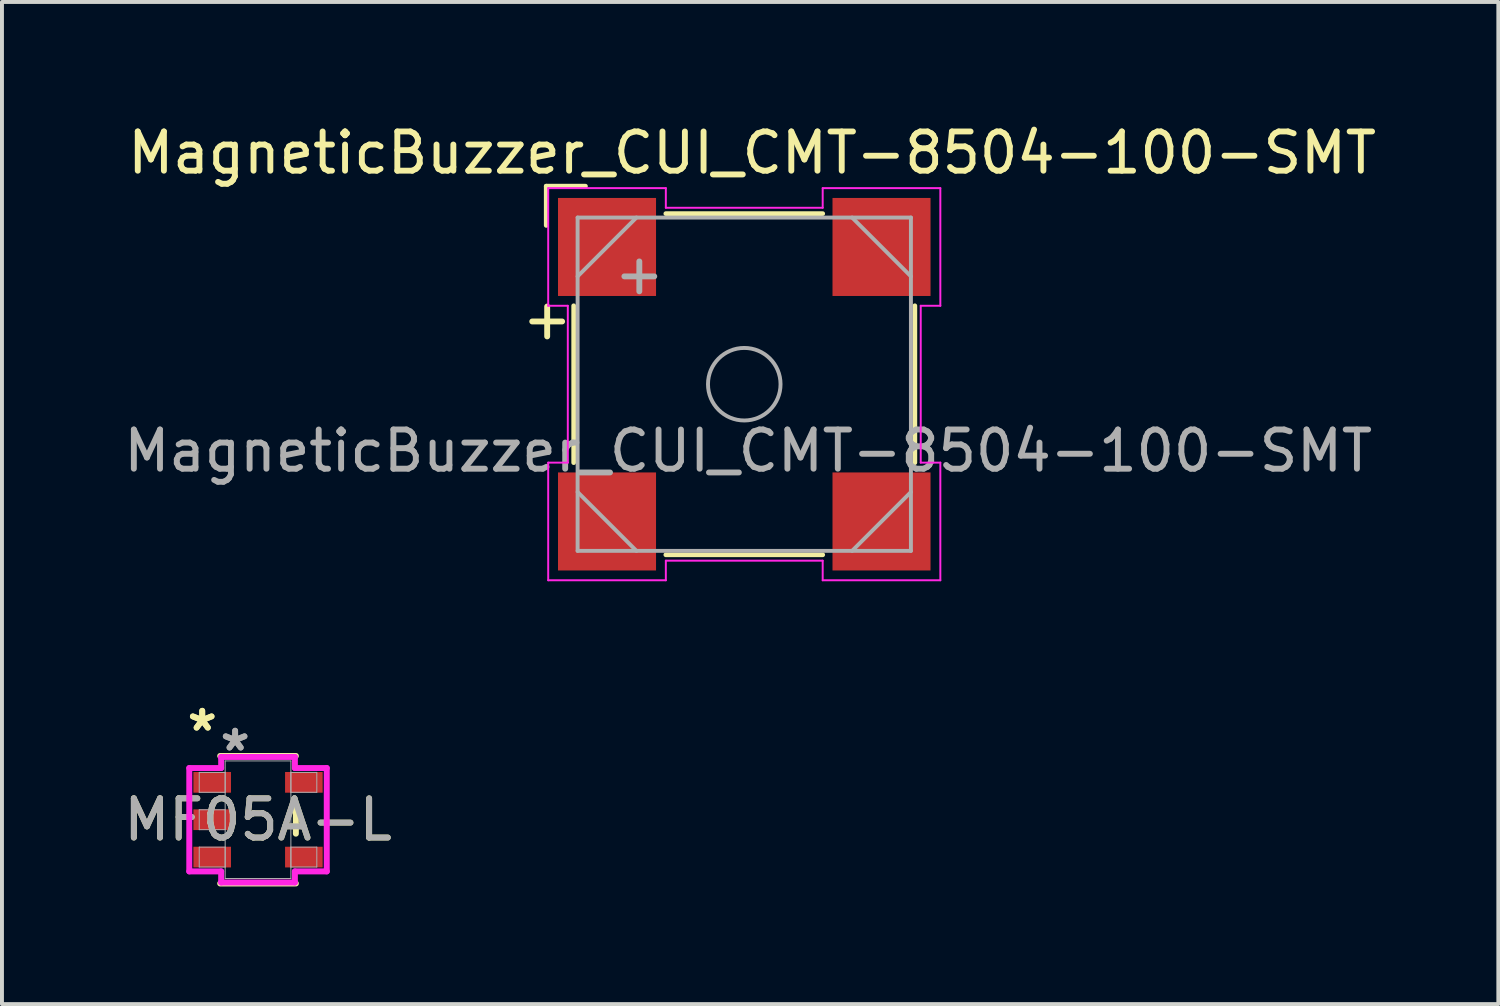
<source format=kicad_pcb>
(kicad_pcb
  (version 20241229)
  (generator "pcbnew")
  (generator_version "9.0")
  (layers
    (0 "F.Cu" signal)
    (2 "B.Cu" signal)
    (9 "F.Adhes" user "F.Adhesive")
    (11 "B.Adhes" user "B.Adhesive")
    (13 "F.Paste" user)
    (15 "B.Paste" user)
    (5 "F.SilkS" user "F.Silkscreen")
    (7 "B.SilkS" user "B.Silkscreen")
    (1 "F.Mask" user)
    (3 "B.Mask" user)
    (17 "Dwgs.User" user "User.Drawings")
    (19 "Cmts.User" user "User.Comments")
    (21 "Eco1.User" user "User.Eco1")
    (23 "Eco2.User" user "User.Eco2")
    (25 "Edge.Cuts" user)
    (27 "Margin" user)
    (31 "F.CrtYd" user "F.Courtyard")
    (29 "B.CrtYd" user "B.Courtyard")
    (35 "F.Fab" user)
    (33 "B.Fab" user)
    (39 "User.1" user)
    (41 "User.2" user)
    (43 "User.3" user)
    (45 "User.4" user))
  (footprint "MF05A-L"
    (layer "F.Cu")
    (at 3.53 17.854)
    (property "Reference" "MF05A-L" (at 0 0 0) (unlocked yes) (layer "F.SilkS") (effects (font (size 1 1) (thickness 0.15))))
    (attr smd)
    (fp_line (start -0.965 1.626) (end 0.965 1.626) (stroke (width 0.152) (type solid)) (layer "F.SilkS"))
    (fp_line (start 0.965 -1.626) (end -0.965 -1.626) (stroke (width 0.152) (type solid)) (layer "F.SilkS"))
    (fp_line (start 0.965 0.356) (end 0.965 -0.356) (stroke (width 0.152) (type solid)) (layer "F.SilkS"))
    (fp_line (start -1.753 -1.318) (end -0.94 -1.318) (stroke (width 0.152) (type solid)) (layer "F.CrtYd"))
    (fp_line (start -1.753 1.318) (end -1.753 -1.318) (stroke (width 0.152) (type solid)) (layer "F.CrtYd"))
    (fp_line (start -0.94 -1.6) (end 0.94 -1.6) (stroke (width 0.152) (type solid)) (layer "F.CrtYd"))
    (fp_line (start -0.94 -1.318) (end -0.94 -1.6) (stroke (width 0.152) (type solid)) (layer "F.CrtYd"))
    (fp_line (start -0.94 1.318) (end -1.753 1.318) (stroke (width 0.152) (type solid)) (layer "F.CrtYd"))
    (fp_line (start -0.94 1.6) (end -0.94 1.318) (stroke (width 0.152) (type solid)) (layer "F.CrtYd"))
    (fp_line (start 0.94 -1.6) (end 0.94 -1.318) (stroke (width 0.152) (type solid)) (layer "F.CrtYd"))
    (fp_line (start 0.94 -1.318) (end 1.753 -1.318) (stroke (width 0.152) (type solid)) (layer "F.CrtYd"))
    (fp_line (start 0.94 1.318) (end 0.94 1.6) (stroke (width 0.152) (type solid)) (layer "F.CrtYd"))
    (fp_line (start 0.94 1.6) (end -0.94 1.6) (stroke (width 0.152) (type solid)) (layer "F.CrtYd"))
    (fp_line (start 1.753 -1.318) (end 1.753 1.318) (stroke (width 0.152) (type solid)) (layer "F.CrtYd"))
    (fp_line (start 1.753 1.318) (end 0.94 1.318) (stroke (width 0.152) (type solid)) (layer "F.CrtYd"))
    (fp_line (start -1.499 -1.206) (end -1.499 -0.699) (stroke (width 0.025) (type solid)) (layer "F.Fab"))
    (fp_line (start -1.499 -0.699) (end -0.838 -0.699) (stroke (width 0.025) (type solid)) (layer "F.Fab"))
    (fp_line (start -1.499 -0.254) (end -1.499 0.254) (stroke (width 0.025) (type solid)) (layer "F.Fab"))
    (fp_line (start -1.499 0.254) (end -0.838 0.254) (stroke (width 0.025) (type solid)) (layer "F.Fab"))
    (fp_line (start -1.499 0.699) (end -1.499 1.206) (stroke (width 0.025) (type solid)) (layer "F.Fab"))
    (fp_line (start -1.499 1.206) (end -0.838 1.206) (stroke (width 0.025) (type solid)) (layer "F.Fab"))
    (fp_line (start -0.838 -1.499) (end -0.838 1.499) (stroke (width 0.025) (type solid)) (layer "F.Fab"))
    (fp_line (start -0.838 -1.206) (end -1.499 -1.206) (stroke (width 0.025) (type solid)) (layer "F.Fab"))
    (fp_line (start -0.838 -0.699) (end -0.838 -1.206) (stroke (width 0.025) (type solid)) (layer "F.Fab"))
    (fp_line (start -0.838 -0.254) (end -1.499 -0.254) (stroke (width 0.025) (type solid)) (layer "F.Fab"))
    (fp_line (start -0.838 0.254) (end -0.838 -0.254) (stroke (width 0.025) (type solid)) (layer "F.Fab"))
    (fp_line (start -0.838 0.699) (end -1.499 0.699) (stroke (width 0.025) (type solid)) (layer "F.Fab"))
    (fp_line (start -0.838 1.206) (end -0.838 0.699) (stroke (width 0.025) (type solid)) (layer "F.Fab"))
    (fp_line (start -0.838 1.499) (end 0.838 1.499) (stroke (width 0.025) (type solid)) (layer "F.Fab"))
    (fp_line (start 0.838 -1.499) (end -0.838 -1.499) (stroke (width 0.025) (type solid)) (layer "F.Fab"))
    (fp_line (start 0.838 -1.206) (end 0.838 -0.699) (stroke (width 0.025) (type solid)) (layer "F.Fab"))
    (fp_line (start 0.838 -0.699) (end 1.499 -0.699) (stroke (width 0.025) (type solid)) (layer "F.Fab"))
    (fp_line (start 0.838 0.699) (end 0.838 1.206) (stroke (width 0.025) (type solid)) (layer "F.Fab"))
    (fp_line (start 0.838 1.206) (end 1.499 1.206) (stroke (width 0.025) (type solid)) (layer "F.Fab"))
    (fp_line (start 0.838 1.499) (end 0.838 -1.499) (stroke (width 0.025) (type solid)) (layer "F.Fab"))
    (fp_line (start 1.499 -1.206) (end 0.838 -1.206) (stroke (width 0.025) (type solid)) (layer "F.Fab"))
    (fp_line (start 1.499 -0.699) (end 1.499 -1.206) (stroke (width 0.025) (type solid)) (layer "F.Fab"))
    (fp_line (start 1.499 0.699) (end 0.838 0.699) (stroke (width 0.025) (type solid)) (layer "F.Fab"))
    (fp_line (start 1.499 1.206) (end 1.499 0.699) (stroke (width 0.025) (type solid)) (layer "F.Fab"))
    (fp_text user "*" (at -1.423 -2.232 0) (layer "F.SilkS") (effects (font (size 1 1) (thickness 0.15))))
    (fp_text user "*" (at -1.423 -2.232 0) (unlocked yes) (layer "F.SilkS") (effects (font (size 1 1) (thickness 0.15))))
    (fp_text user "${REFERENCE}" (at 0 0 0) (unlocked yes) (layer "F.Fab") (effects (font (size 1 1) (thickness 0.15))))
    (fp_text user "*" (at -0.584 -1.724 0) (unlocked yes) (layer "F.Fab") (effects (font (size 1 1) (thickness 0.15))))
    (fp_text user "*" (at -0.584 -1.724 0) (layer "F.Fab") (effects (font (size 1 1) (thickness 0.15))))
    (pad "1" smd rect (at -1.169 -0.953) (size 0.959 0.528) (layers "F.Cu" "F.Mask" "F.Paste"))
    (pad "2" smd rect (at -1.169 0) (size 0.959 0.528) (layers "F.Cu" "F.Mask" "F.Paste"))
    (pad "3" smd rect (at -1.169 0.953) (size 0.959 0.528) (layers "F.Cu" "F.Mask" "F.Paste"))
    (pad "4" smd rect (at 1.169 0.953) (size 0.959 0.528) (layers "F.Cu" "F.Mask" "F.Paste"))
    (pad "5" smd rect (at 1.169 -0.953) (size 0.959 0.528) (layers "F.Cu" "F.Mask" "F.Paste")))
  (footprint "MagneticBuzzer_CUI_CMT-8504-100-SMT"
    (layer "F.Cu")
    (at 15.93 6.748)
    (property "Reference" "MagneticBuzzer_CUI_CMT-8504-100-SMT" (at 0.2 -5.9 0) (layer "F.SilkS") (effects (font (size 1 1) (thickness 0.15))))
    (attr smd)
    (fp_line (start -5.05 -5.05) (end -4.05 -5.05) (stroke (width 0.12) (type solid)) (layer "F.SilkS"))
    (fp_line (start -5.05 -4.05) (end -5.05 -5.05) (stroke (width 0.12) (type solid)) (layer "F.SilkS"))
    (fp_line (start -4.35 -2) (end -4.35 2) (stroke (width 0.12) (type solid)) (layer "F.SilkS"))
    (fp_line (start -2 4.35) (end 2 4.35) (stroke (width 0.12) (type solid)) (layer "F.SilkS"))
    (fp_line (start 2 -4.35) (end -2 -4.35) (stroke (width 0.12) (type solid)) (layer "F.SilkS"))
    (fp_line (start 4.35 2) (end 4.35 -2) (stroke (width 0.12) (type solid)) (layer "F.SilkS"))
    (fp_line (start -5 -5) (end -2 -5) (stroke (width 0.05) (type solid)) (layer "F.CrtYd"))
    (fp_line (start -5 -2) (end -5 -5) (stroke (width 0.05) (type solid)) (layer "F.CrtYd"))
    (fp_line (start -5 -2) (end -4.5 -2) (stroke (width 0.05) (type solid)) (layer "F.CrtYd"))
    (fp_line (start -5 2) (end -5 5) (stroke (width 0.05) (type solid)) (layer "F.CrtYd"))
    (fp_line (start -4.5 -2) (end -4.5 2) (stroke (width 0.05) (type solid)) (layer "F.CrtYd"))
    (fp_line (start -4.5 2) (end -5 2) (stroke (width 0.05) (type solid)) (layer "F.CrtYd"))
    (fp_line (start -2 -5) (end -2 -4.5) (stroke (width 0.05) (type solid)) (layer "F.CrtYd"))
    (fp_line (start -2 -4.5) (end 2 -4.5) (stroke (width 0.05) (type solid)) (layer "F.CrtYd"))
    (fp_line (start -2 4.5) (end -2 5) (stroke (width 0.05) (type solid)) (layer "F.CrtYd"))
    (fp_line (start -2 5) (end -5 5) (stroke (width 0.05) (type solid)) (layer "F.CrtYd"))
    (fp_line (start 2 -5) (end 5 -5) (stroke (width 0.05) (type solid)) (layer "F.CrtYd"))
    (fp_line (start 2 -4.5) (end 2 -5) (stroke (width 0.05) (type solid)) (layer "F.CrtYd"))
    (fp_line (start 2 4.5) (end -2 4.5) (stroke (width 0.05) (type solid)) (layer "F.CrtYd"))
    (fp_line (start 2 5) (end 2 4.5) (stroke (width 0.05) (type solid)) (layer "F.CrtYd"))
    (fp_line (start 4.5 -2) (end 4.5 2) (stroke (width 0.05) (type solid)) (layer "F.CrtYd"))
    (fp_line (start 4.5 2) (end 5 2) (stroke (width 0.05) (type solid)) (layer "F.CrtYd"))
    (fp_line (start 5 -2) (end 4.5 -2) (stroke (width 0.05) (type solid)) (layer "F.CrtYd"))
    (fp_line (start 5 -2) (end 5 -5) (stroke (width 0.05) (type solid)) (layer "F.CrtYd"))
    (fp_line (start 5 2) (end 5 5) (stroke (width 0.05) (type solid)) (layer "F.CrtYd"))
    (fp_line (start 5 5) (end 2 5) (stroke (width 0.05) (type solid)) (layer "F.CrtYd"))
    (fp_line (start -4.25 -4.25) (end 4.25 -4.25) (stroke (width 0.1) (type solid)) (layer "F.Fab"))
    (fp_line (start -4.25 -2.75) (end -2.75 -4.25) (stroke (width 0.1) (type solid)) (layer "F.Fab"))
    (fp_line (start -4.25 4.25) (end -4.25 -4.25) (stroke (width 0.1) (type solid)) (layer "F.Fab"))
    (fp_line (start -2.75 4.25) (end -4.25 2.75) (stroke (width 0.1) (type solid)) (layer "F.Fab"))
    (fp_line (start 2.75 -4.25) (end 4.25 -2.75) (stroke (width 0.1) (type solid)) (layer "F.Fab"))
    (fp_line (start 4.25 -4.25) (end 4.25 4.25) (stroke (width 0.1) (type solid)) (layer "F.Fab"))
    (fp_line (start 4.25 2.75) (end 2.75 4.25) (stroke (width 0.1) (type solid)) (layer "F.Fab"))
    (fp_line (start 4.25 4.25) (end -4.25 4.25) (stroke (width 0.1) (type solid)) (layer "F.Fab"))
    (fp_circle (center 0 0) (end 0.925 0) (stroke (width 0.1) (type solid)) (fill no) (layer "F.Fab"))
    (fp_text user "+" (at -5.1 -1.6 270) (layer "F.SilkS") (effects (font (size 1 1) (thickness 0.15))))
    (fp_text user "${REFERENCE}" (at 0.1 1.7 0) (layer "F.Fab") (effects (font (size 1 1) (thickness 0.15))))
    (fp_text user "+" (at -2.75 -2.75 270) (layer "F.Fab") (effects (font (size 1 1) (thickness 0.15))))
    (pad "" smd rect (at 3.5 -3.5 270) (size 2.5 2.5) (layers "F.Cu" "F.Mask" "F.Paste"))
    (pad "" smd rect (at 3.5 3.5 270) (size 2.5 2.5) (layers "F.Cu" "F.Mask" "F.Paste"))
    (pad "1" smd rect (at -3.5 -3.5 270) (size 2.5 2.5) (layers "F.Cu" "F.Mask" "F.Paste"))
    (pad "2" smd rect (at -3.5 3.5 270) (size 2.5 2.5) (layers "F.Cu" "F.Mask" "F.Paste")))
  (gr_rect
    (start -3 -3)
    (end 35.16 22.556)
    (stroke (width 0.1) (type default))
    (fill no)
    (layer "Edge.Cuts")))
</source>
